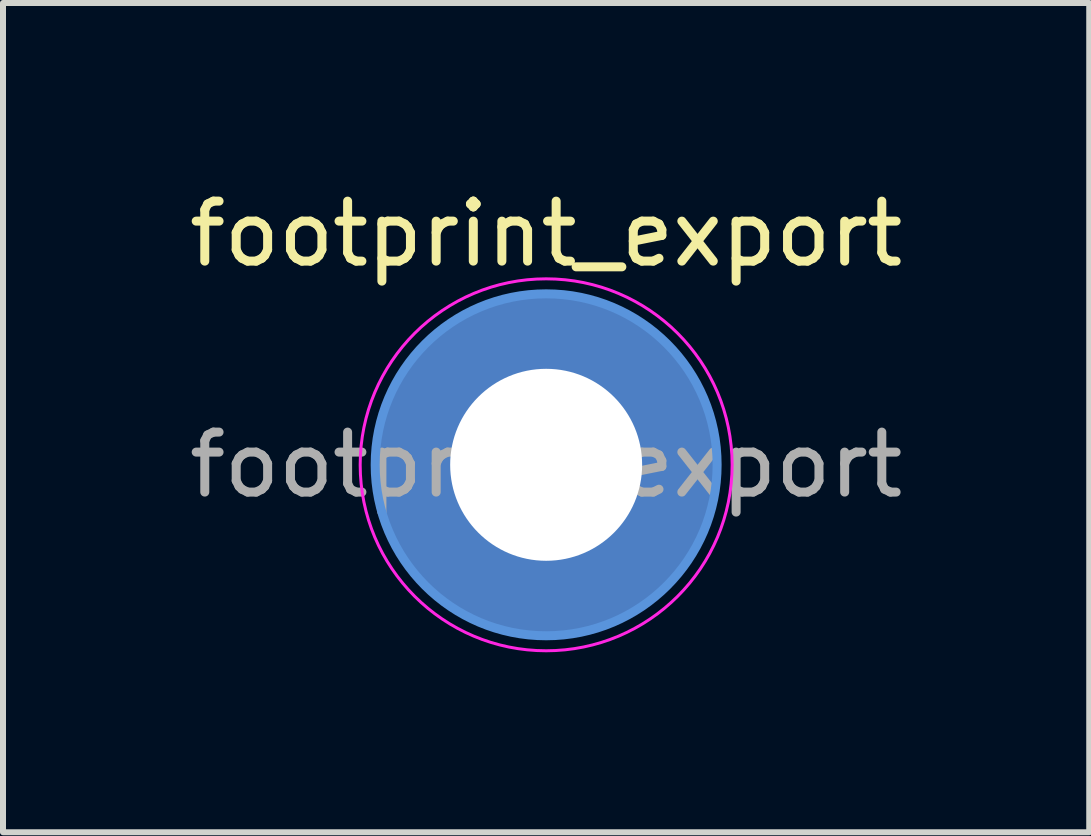
<source format=kicad_pcb>
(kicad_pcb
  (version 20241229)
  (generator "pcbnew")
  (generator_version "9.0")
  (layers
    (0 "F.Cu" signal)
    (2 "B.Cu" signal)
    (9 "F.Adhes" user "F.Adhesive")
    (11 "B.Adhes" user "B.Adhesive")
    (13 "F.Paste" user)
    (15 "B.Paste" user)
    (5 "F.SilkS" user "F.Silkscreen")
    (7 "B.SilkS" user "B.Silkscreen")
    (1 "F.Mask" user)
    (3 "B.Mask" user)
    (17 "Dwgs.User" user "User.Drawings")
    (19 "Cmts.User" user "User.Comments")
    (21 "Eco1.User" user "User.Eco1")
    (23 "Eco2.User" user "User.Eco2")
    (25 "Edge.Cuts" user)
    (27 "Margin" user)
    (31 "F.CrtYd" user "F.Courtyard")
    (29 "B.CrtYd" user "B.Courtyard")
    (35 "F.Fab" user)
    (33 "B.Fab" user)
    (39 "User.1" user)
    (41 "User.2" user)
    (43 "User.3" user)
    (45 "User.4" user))
  (footprint "footprint_export"
    (layer "F.Cu")
    (at 6.054 4.698)
    (property "Reference" "footprint_export" (at 0 -3.85 0) (layer "F.SilkS") (effects (font (size 1 1) (thickness 0.15))))
    (attr exclude_from_pos_files exclude_from_bom)
    (fp_circle (center 0 0) (end 2.85 0) (stroke (width 0.15) (type solid)) (fill no) (layer "Cmts.User"))
    (fp_circle (center 0 0) (end 3.1 0) (stroke (width 0.05) (type solid)) (fill no) (layer "F.CrtYd"))
    (fp_text user "${REFERENCE}" (at 0 0 0) (layer "F.Fab") (effects (font (size 1 1) (thickness 0.15))))
    (pad "1" thru_hole circle (at 0 0) (size 3.6 3.6) (drill 3.2) (layers "*.Cu" "*.Mask"))
    (pad "1" connect circle (at 0 0) (size 5.7 5.7) (layers "F.Cu" "F.Mask"))
    (pad "1" connect circle (at 0 0) (size 5.7 5.7) (layers "B.Cu" "B.Mask")))
  (gr_rect
    (start -3 -3)
    (end 15.107 10.823)
    (stroke (width 0.1) (type default))
    (fill no)
    (layer "Edge.Cuts")))
</source>
